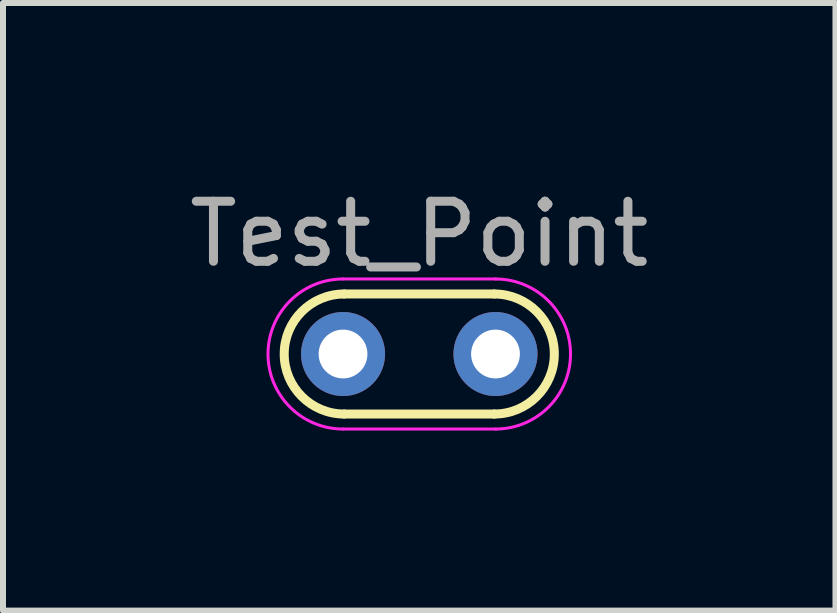
<source format=kicad_pcb>
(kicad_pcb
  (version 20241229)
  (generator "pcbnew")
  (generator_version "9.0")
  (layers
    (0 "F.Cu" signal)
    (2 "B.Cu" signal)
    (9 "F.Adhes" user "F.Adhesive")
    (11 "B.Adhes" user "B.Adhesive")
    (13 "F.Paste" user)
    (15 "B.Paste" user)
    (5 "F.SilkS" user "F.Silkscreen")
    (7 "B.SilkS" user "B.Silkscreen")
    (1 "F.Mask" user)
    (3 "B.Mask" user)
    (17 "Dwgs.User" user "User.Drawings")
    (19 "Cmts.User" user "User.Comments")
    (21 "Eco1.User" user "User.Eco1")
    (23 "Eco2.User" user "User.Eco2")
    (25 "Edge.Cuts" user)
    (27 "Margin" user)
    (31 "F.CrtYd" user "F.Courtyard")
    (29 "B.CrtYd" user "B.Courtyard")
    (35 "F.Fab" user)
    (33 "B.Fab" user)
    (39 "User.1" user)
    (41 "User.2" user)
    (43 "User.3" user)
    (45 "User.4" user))
  (footprint "Test_Point"
    (layer "F.Cu")
    (at 2.665 2.848)
    (property "Reference" "Test_Point" (at 1.27 -2 0) (layer "F.Fab") (effects (font (size 1 1) (thickness 0.15))))
    (attr exclude_from_pos_files exclude_from_bom)
    (fp_line (start 2.52 -1) (end 0.02 -1) (stroke (width 0.15) (type solid)) (layer "F.SilkS"))
    (fp_line (start 2.52 1) (end 0.02 1) (stroke (width 0.15) (type solid)) (layer "F.SilkS"))
    (fp_arc (start 0.02 1) (mid -0.98 0) (end 0.02 -1) (stroke (width 0.15) (type solid)) (layer "F.SilkS"))
    (fp_arc (start 2.52 -1) (mid 3.52 0) (end 2.52 1) (stroke (width 0.15) (type solid)) (layer "F.SilkS"))
    (fp_line (start 0 -1.25) (end 2.55 -1.25) (stroke (width 0.05) (type solid)) (layer "F.CrtYd"))
    (fp_line (start 0 1.25) (end 2.55 1.25) (stroke (width 0.05) (type solid)) (layer "F.CrtYd"))
    (fp_arc (start 0 1.25) (mid -1.25 0) (end 0 -1.25) (stroke (width 0.05) (type solid)) (layer "F.CrtYd"))
    (fp_arc (start 2.54 -1.25) (mid 3.79 0) (end 2.54 1.25) (stroke (width 0.05) (type solid)) (layer "F.CrtYd"))
    (pad "1" thru_hole circle (at 0 0) (size 1.4 1.4) (drill 0.813) (layers "*.Cu" "*.Mask"))
    (pad "1" thru_hole circle (at 2.54 0) (size 1.4 1.4) (drill 0.813) (layers "*.Cu" "*.Mask")))
  (gr_rect
    (start -3 -3)
    (end 10.869 7.123)
    (stroke (width 0.1) (type default))
    (fill no)
    (layer "Edge.Cuts")))
</source>
